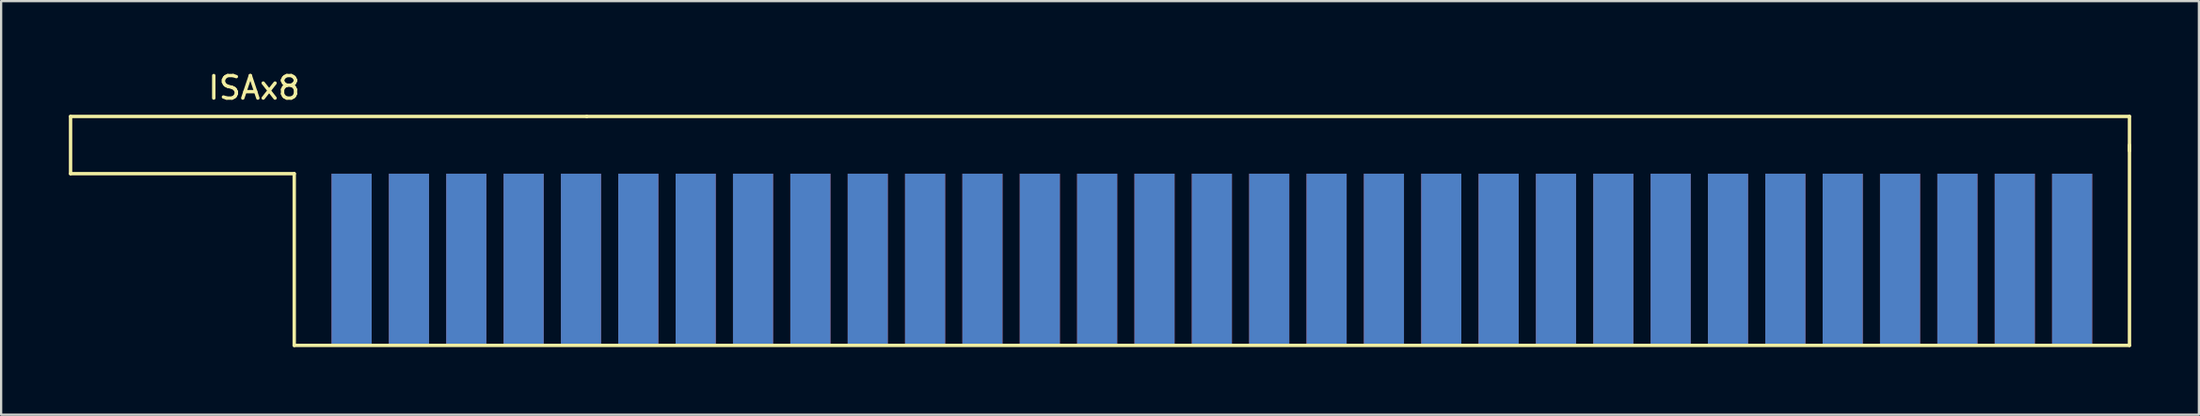
<source format=kicad_pcb>
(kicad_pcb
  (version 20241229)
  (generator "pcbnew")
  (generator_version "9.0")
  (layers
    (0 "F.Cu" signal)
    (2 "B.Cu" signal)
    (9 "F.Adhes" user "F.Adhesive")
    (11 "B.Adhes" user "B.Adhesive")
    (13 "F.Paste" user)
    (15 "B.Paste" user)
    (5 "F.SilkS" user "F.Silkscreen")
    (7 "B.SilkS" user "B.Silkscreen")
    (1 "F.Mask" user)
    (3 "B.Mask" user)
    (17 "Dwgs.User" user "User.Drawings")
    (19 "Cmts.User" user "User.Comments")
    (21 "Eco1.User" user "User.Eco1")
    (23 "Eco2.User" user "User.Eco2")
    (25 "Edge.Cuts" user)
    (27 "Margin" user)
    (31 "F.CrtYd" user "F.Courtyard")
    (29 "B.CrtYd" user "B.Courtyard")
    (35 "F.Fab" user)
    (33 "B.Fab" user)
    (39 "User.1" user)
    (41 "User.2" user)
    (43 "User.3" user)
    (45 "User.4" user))
  (footprint "ISAx8"
    (layer "F.Cu")
    (at 25.221 7.198)
    (property "Reference" "ISAx8" (at -17.018 -6.35 0) (layer "F.SilkS") (effects (font (size 1 1) (thickness 0.15))))
    (attr through_hole)
    (fp_line (start -25.146 -5.08) (end -2.286 -5.08) (stroke (width 0.15) (type solid)) (layer "F.SilkS"))
    (fp_line (start -25.146 -2.54) (end -25.146 -5.08) (stroke (width 0.15) (type solid)) (layer "F.SilkS"))
    (fp_line (start -15.24 -2.54) (end -25.146 -2.54) (stroke (width 0.15) (type solid)) (layer "F.SilkS"))
    (fp_line (start -15.24 5.08) (end -15.24 -2.54) (stroke (width 0.15) (type solid)) (layer "F.SilkS"))
    (fp_line (start -2.286 -5.08) (end 66.04 -5.08) (stroke (width 0.15) (type solid)) (layer "F.SilkS"))
    (fp_line (start 66.04 -5.08) (end 66.04 -3.556) (stroke (width 0.15) (type solid)) (layer "F.SilkS"))
    (fp_line (start 66.04 -3.81) (end 66.04 5.08) (stroke (width 0.15) (type solid)) (layer "F.SilkS"))
    (fp_line (start 66.04 5.08) (end -15.24 5.08) (stroke (width 0.15) (type solid)) (layer "F.SilkS"))
    (pad "A1" smd rect (at 63.5 1.27) (size 1.778 7.62) (layers "F.Cu" "F.Mask" "F.Paste"))
    (pad "A2" smd rect (at 60.96 1.27) (size 1.778 7.62) (layers "F.Cu" "F.Mask" "F.Paste"))
    (pad "A3" smd rect (at 58.42 1.27) (size 1.778 7.62) (layers "F.Cu" "F.Mask" "F.Paste"))
    (pad "A4" smd rect (at 55.88 1.27) (size 1.778 7.62) (layers "F.Cu" "F.Mask" "F.Paste"))
    (pad "A5" smd rect (at 53.34 1.27) (size 1.778 7.62) (layers "F.Cu" "F.Mask" "F.Paste"))
    (pad "A6" smd rect (at 50.8 1.27) (size 1.778 7.62) (layers "F.Cu" "F.Mask" "F.Paste"))
    (pad "A7" smd rect (at 48.26 1.27) (size 1.778 7.62) (layers "F.Cu" "F.Mask" "F.Paste"))
    (pad "A8" smd rect (at 45.72 1.27) (size 1.778 7.62) (layers "F.Cu" "F.Mask" "F.Paste"))
    (pad "A9" smd rect (at 43.18 1.27) (size 1.778 7.62) (layers "F.Cu" "F.Mask" "F.Paste"))
    (pad "A10" smd rect (at 40.64 1.27) (size 1.778 7.62) (layers "F.Cu" "F.Mask" "F.Paste"))
    (pad "A11" smd rect (at 38.1 1.27) (size 1.778 7.62) (layers "F.Cu" "F.Mask" "F.Paste"))
    (pad "A12" smd rect (at 35.56 1.27) (size 1.778 7.62) (layers "F.Cu" "F.Mask" "F.Paste"))
    (pad "A13" smd rect (at 33.02 1.27) (size 1.778 7.62) (layers "F.Cu" "F.Mask" "F.Paste"))
    (pad "A14" smd rect (at 30.48 1.27) (size 1.778 7.62) (layers "F.Cu" "F.Mask" "F.Paste"))
    (pad "A15" smd rect (at 27.94 1.27) (size 1.778 7.62) (layers "F.Cu" "F.Mask" "F.Paste"))
    (pad "A16" smd rect (at 25.4 1.27) (size 1.778 7.62) (layers "F.Cu" "F.Mask" "F.Paste"))
    (pad "A17" smd rect (at 22.86 1.27) (size 1.778 7.62) (layers "F.Cu" "F.Mask" "F.Paste"))
    (pad "A18" smd rect (at 20.32 1.27) (size 1.778 7.62) (layers "F.Cu" "F.Mask" "F.Paste"))
    (pad "A19" smd rect (at 17.78 1.27) (size 1.778 7.62) (layers "F.Cu" "F.Mask" "F.Paste"))
    (pad "A20" smd rect (at 15.24 1.27) (size 1.778 7.62) (layers "F.Cu" "F.Mask" "F.Paste"))
    (pad "A21" smd rect (at 12.7 1.27) (size 1.778 7.62) (layers "F.Cu" "F.Mask" "F.Paste"))
    (pad "A22" smd rect (at 10.16 1.27) (size 1.778 7.62) (layers "F.Cu" "F.Mask" "F.Paste"))
    (pad "A23" smd rect (at 7.62 1.27) (size 1.778 7.62) (layers "F.Cu" "F.Mask" "F.Paste"))
    (pad "A24" smd rect (at 5.08 1.27) (size 1.778 7.62) (layers "F.Cu" "F.Mask" "F.Paste"))
    (pad "A25" smd rect (at 2.54 1.27) (size 1.778 7.62) (layers "F.Cu" "F.Mask" "F.Paste"))
    (pad "A26" smd rect (at 0 1.27) (size 1.778 7.62) (layers "F.Cu" "F.Mask" "F.Paste"))
    (pad "A27" smd rect (at -2.54 1.27) (size 1.778 7.62) (layers "F.Cu" "F.Mask" "F.Paste"))
    (pad "A28" smd rect (at -5.08 1.27) (size 1.778 7.62) (layers "F.Cu" "F.Mask" "F.Paste"))
    (pad "A29" smd rect (at -7.62 1.27) (size 1.778 7.62) (layers "F.Cu" "F.Mask" "F.Paste"))
    (pad "A30" smd rect (at -10.16 1.27) (size 1.778 7.62) (layers "F.Cu" "F.Mask" "F.Paste"))
    (pad "A31" smd rect (at -12.7 1.27) (size 1.778 7.62) (layers "F.Cu" "F.Mask" "F.Paste"))
    (pad "B1" smd rect (at 63.5 1.27) (size 1.778 7.62) (layers "B.Cu" "B.Mask" "B.Paste"))
    (pad "B2" smd rect (at 60.96 1.27) (size 1.778 7.62) (layers "B.Cu" "B.Mask" "B.Paste"))
    (pad "B3" smd rect (at 58.42 1.27) (size 1.778 7.62) (layers "B.Cu" "B.Mask" "B.Paste"))
    (pad "B4" smd rect (at 55.88 1.27) (size 1.778 7.62) (layers "B.Cu" "B.Mask" "B.Paste"))
    (pad "B5" smd rect (at 53.34 1.27) (size 1.778 7.62) (layers "B.Cu" "B.Mask" "B.Paste"))
    (pad "B6" smd rect (at 50.8 1.27) (size 1.778 7.62) (layers "B.Cu" "B.Mask" "B.Paste"))
    (pad "B7" smd rect (at 48.26 1.27) (size 1.778 7.62) (layers "B.Cu" "B.Mask" "B.Paste"))
    (pad "B8" smd rect (at 45.72 1.27) (size 1.778 7.62) (layers "B.Cu" "B.Mask" "B.Paste"))
    (pad "B9" smd rect (at 43.18 1.27) (size 1.778 7.62) (layers "B.Cu" "B.Mask" "B.Paste"))
    (pad "B10" smd rect (at 40.64 1.27) (size 1.778 7.62) (layers "B.Cu" "B.Mask" "B.Paste"))
    (pad "B11" smd rect (at 38.1 1.27) (size 1.778 7.62) (layers "B.Cu" "B.Mask" "B.Paste"))
    (pad "B12" smd rect (at 35.56 1.27) (size 1.778 7.62) (layers "B.Cu" "B.Mask" "B.Paste"))
    (pad "B13" smd rect (at 33.02 1.27) (size 1.778 7.62) (layers "B.Cu" "B.Mask" "B.Paste"))
    (pad "B14" smd rect (at 30.48 1.27) (size 1.778 7.62) (layers "B.Cu" "B.Mask" "B.Paste"))
    (pad "B15" smd rect (at 27.94 1.27) (size 1.778 7.62) (layers "B.Cu" "B.Mask" "B.Paste"))
    (pad "B16" smd rect (at 25.4 1.27) (size 1.778 7.62) (layers "B.Cu" "B.Mask" "B.Paste"))
    (pad "B17" smd rect (at 22.86 1.27) (size 1.778 7.62) (layers "B.Cu" "B.Mask" "B.Paste"))
    (pad "B18" smd rect (at 20.32 1.27) (size 1.778 7.62) (layers "B.Cu" "B.Mask" "B.Paste"))
    (pad "B19" smd rect (at 17.78 1.27) (size 1.778 7.62) (layers "B.Cu" "B.Mask" "B.Paste"))
    (pad "B20" smd rect (at 15.24 1.27) (size 1.778 7.62) (layers "B.Cu" "B.Mask" "B.Paste"))
    (pad "B21" smd rect (at 12.7 1.27) (size 1.778 7.62) (layers "B.Cu" "B.Mask" "B.Paste"))
    (pad "B22" smd rect (at 10.16 1.27) (size 1.778 7.62) (layers "B.Cu" "B.Mask" "B.Paste"))
    (pad "B23" smd rect (at 7.62 1.27) (size 1.778 7.62) (layers "B.Cu" "B.Mask" "B.Paste"))
    (pad "B24" smd rect (at 5.08 1.27) (size 1.778 7.62) (layers "B.Cu" "B.Mask" "B.Paste"))
    (pad "B25" smd rect (at 2.54 1.27) (size 1.778 7.62) (layers "B.Cu" "B.Mask" "B.Paste"))
    (pad "B26" smd rect (at 0 1.27) (size 1.778 7.62) (layers "B.Cu" "B.Mask" "B.Paste"))
    (pad "B27" smd rect (at -2.54 1.27) (size 1.778 7.62) (layers "B.Cu" "B.Mask" "B.Paste"))
    (pad "B28" smd rect (at -5.08 1.27) (size 1.778 7.62) (layers "B.Cu" "B.Mask" "B.Paste"))
    (pad "B29" smd rect (at -7.62 1.27) (size 1.778 7.62) (layers "B.Cu" "B.Mask" "B.Paste"))
    (pad "B30" smd rect (at -10.16 1.27) (size 1.778 7.62) (layers "B.Cu" "B.Mask" "B.Paste"))
    (pad "B31" smd rect (at -12.7 1.27) (size 1.778 7.62) (layers "B.Cu" "B.Mask" "B.Paste")))
  (gr_rect
    (start -3 -3)
    (end 94.336 15.353)
    (stroke (width 0.1) (type default))
    (fill no)
    (layer "Edge.Cuts")))
</source>
